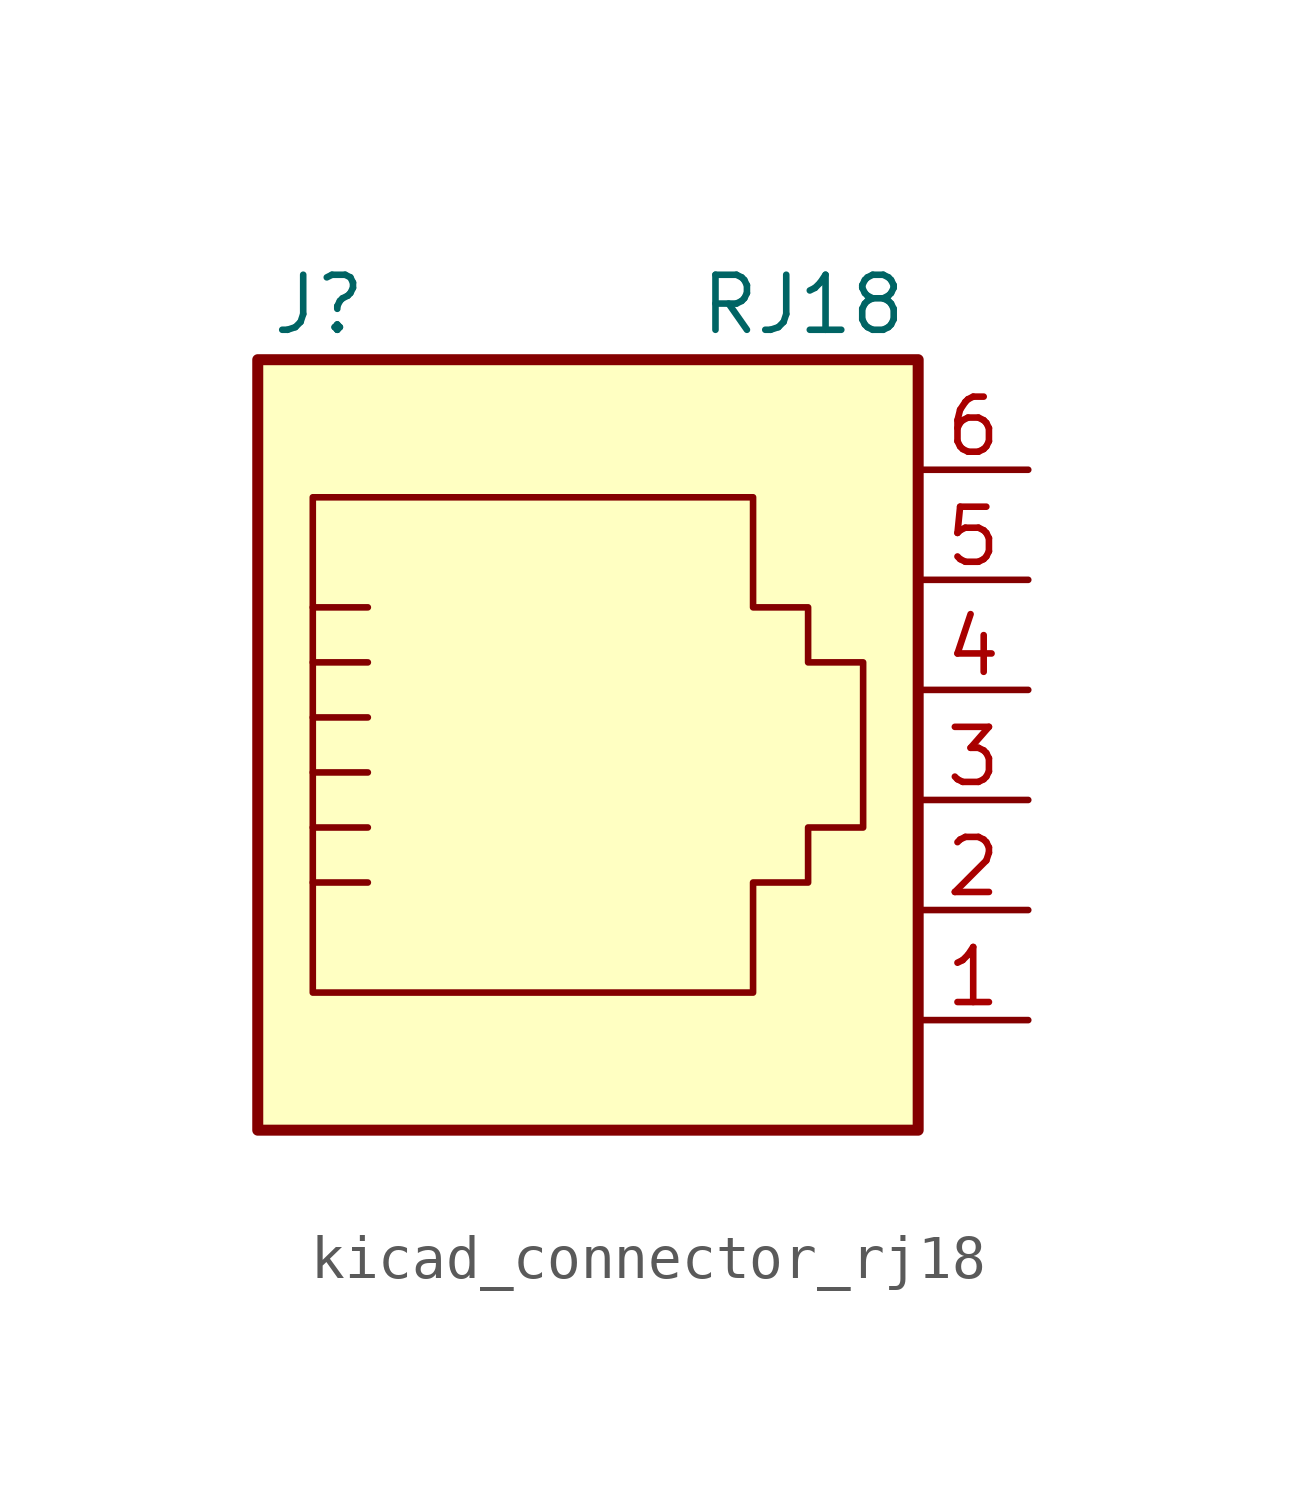
<source format=kicad_sym>
(kicad_symbol_lib
  (version 20220914)
  (generator kicad_symbol_editor)
  (symbol "kicad_connector_rj18"
    (pin_names
      (offset 1.016))
    (property "Reference" "J"
      (at -5.08 11.43 0)
      (effects (font (size 1.27 1.27)) (justify right)))
    (property "Value" "RJ18"
      (at 2.54 11.43 0)
      (effects (font (size 1.27 1.27)) (justify left)))
    (symbol "kicad_connector_rj18_0_1"
      (polyline (pts (xy -6.35 -1.905) (xy -5.08 -1.905) (xy -5.08 -1.905)) (stroke (width 0) (type default)) (fill (type none)))
      (polyline (pts (xy -6.35 -0.635) (xy -5.08 -0.635) (xy -5.08 -0.635)) (stroke (width 0) (type default)) (fill (type none)))
      (polyline (pts (xy -6.35 0.635) (xy -5.08 0.635) (xy -5.08 0.635)) (stroke (width 0) (type default)) (fill (type none)))
      (polyline (pts (xy -6.35 1.905) (xy -5.08 1.905) (xy -5.08 1.905)) (stroke (width 0) (type default)) (fill (type none)))
      (polyline (pts (xy -6.35 3.175) (xy -5.08 3.175) (xy -5.08 3.175)) (stroke (width 0) (type default)) (fill (type none)))
      (polyline (pts (xy -5.08 4.445) (xy -6.35 4.445) (xy -6.35 4.445)) (stroke (width 0) (type default)) (fill (type none)))
      (polyline (pts (xy -6.35 -4.445) (xy -6.35 6.985) (xy 3.81 6.985) (xy 3.81 4.445) (xy 5.08 4.445) (xy 5.08 3.175) (xy 6.35 3.175) (xy 6.35 -0.635) (xy 5.08 -0.635) (xy 5.08 -1.905) (xy 3.81 -1.905) (xy 3.81 -4.445) (xy -6.35 -4.445) (xy -6.35 -4.445)) (stroke (width 0) (type default)) (fill (type none)))
      (rectangle (start 7.62 10.16) (end -7.62 -7.62) (stroke (width 0.254) (type default)) (fill (type background))))
    (symbol "kicad_connector_rj18_1_1"
      (pin passive line (at 10.16 -5.08 180) (length 2.54) (name "~" (effects (font (size 1.27 1.27)))) (number "1" (effects (font (size 1.27 1.27)))))
      (pin passive line (at 10.16 -2.54 180) (length 2.54) (name "~" (effects (font (size 1.27 1.27)))) (number "2" (effects (font (size 1.27 1.27)))))
      (pin passive line (at 10.16 0 180) (length 2.54) (name "~" (effects (font (size 1.27 1.27)))) (number "3" (effects (font (size 1.27 1.27)))))
      (pin passive line (at 10.16 2.54 180) (length 2.54) (name "~" (effects (font (size 1.27 1.27)))) (number "4" (effects (font (size 1.27 1.27)))))
      (pin passive line (at 10.16 5.08 180) (length 2.54) (name "~" (effects (font (size 1.27 1.27)))) (number "5" (effects (font (size 1.27 1.27)))))
      (pin passive line (at 10.16 7.62 180) (length 2.54) (name "~" (effects (font (size 1.27 1.27)))) (number "6" (effects (font (size 1.27 1.27))))))))
</source>
